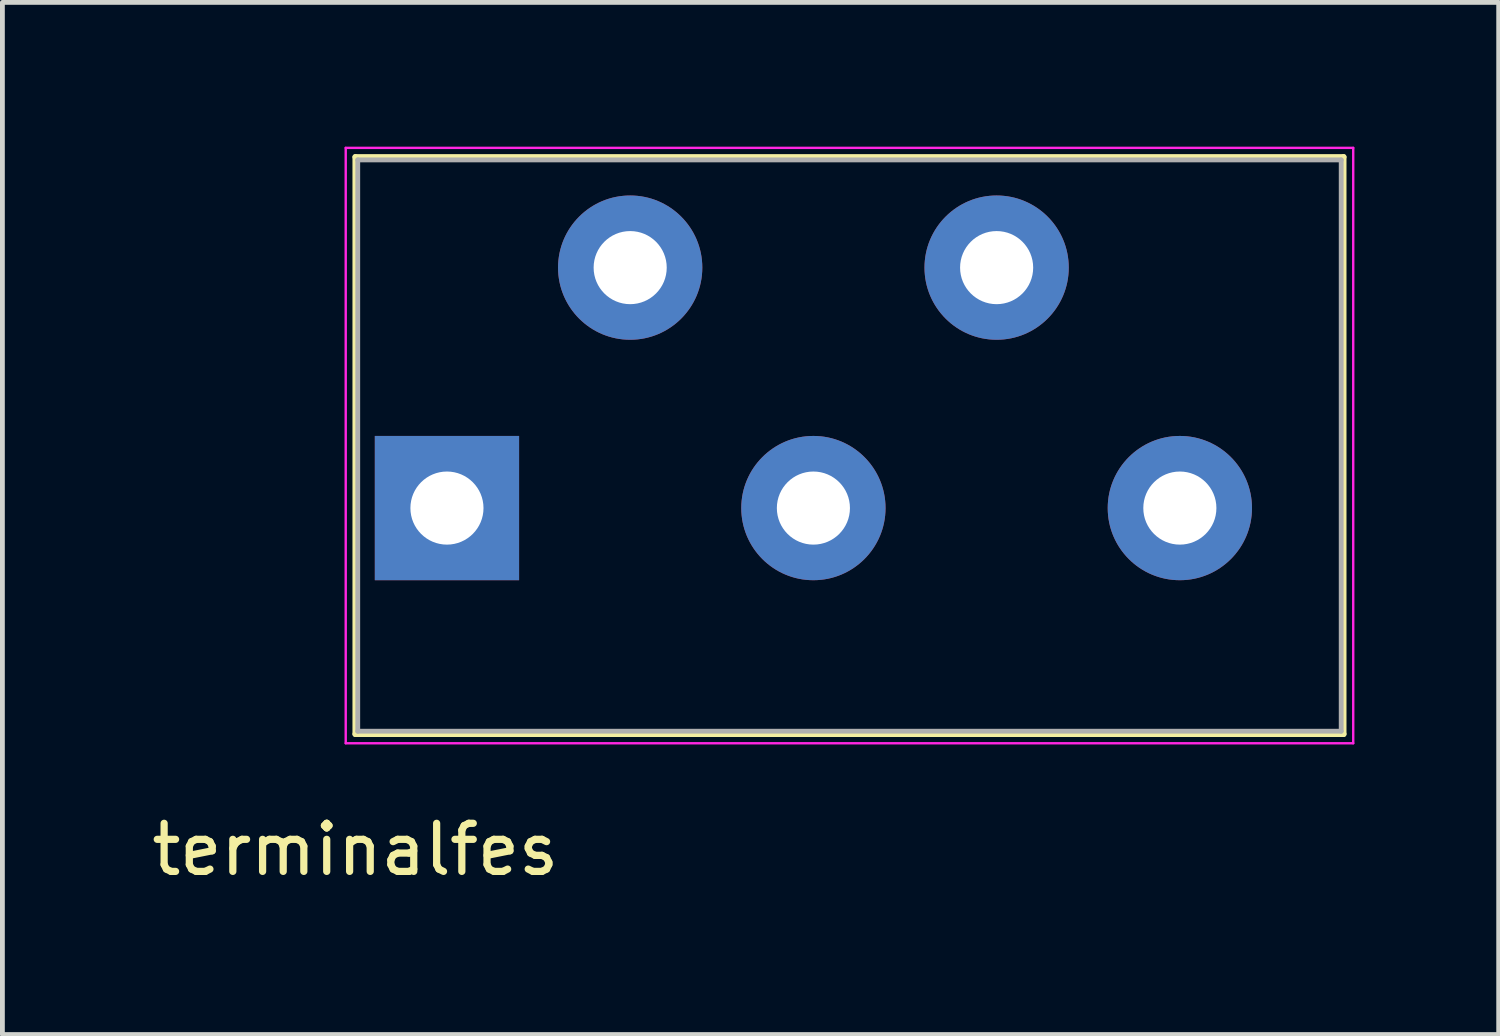
<source format=kicad_pcb>
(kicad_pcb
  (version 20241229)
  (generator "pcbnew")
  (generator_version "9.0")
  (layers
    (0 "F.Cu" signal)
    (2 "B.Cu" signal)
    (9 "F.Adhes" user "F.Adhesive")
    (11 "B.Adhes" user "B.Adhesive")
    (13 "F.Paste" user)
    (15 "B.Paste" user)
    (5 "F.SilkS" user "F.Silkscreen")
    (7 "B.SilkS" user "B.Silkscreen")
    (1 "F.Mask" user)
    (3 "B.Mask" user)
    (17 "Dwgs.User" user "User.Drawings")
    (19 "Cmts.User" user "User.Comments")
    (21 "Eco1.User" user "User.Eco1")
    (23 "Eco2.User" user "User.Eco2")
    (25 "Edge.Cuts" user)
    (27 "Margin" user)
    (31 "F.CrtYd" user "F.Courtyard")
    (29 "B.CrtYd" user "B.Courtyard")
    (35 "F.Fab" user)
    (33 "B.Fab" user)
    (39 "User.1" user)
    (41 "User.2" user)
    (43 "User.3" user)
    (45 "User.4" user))
  (footprint "terminalfes"
    (layer "F.Cu")
    (at 4.339 12.215)
    (property "Reference" "terminalfes" (at 0 2.4 0) (layer "F.SilkS") (effects (font (size 1 1) (thickness 0.15))))
    (attr through_hole)
    (fp_line (start 0 -12) (end 0 0) (stroke (width 0.12) (type solid)) (layer "F.SilkS"))
    (fp_line (start 0 -12) (end 20.55 -12) (stroke (width 0.12) (type solid)) (layer "F.SilkS"))
    (fp_line (start 0 0) (end 20.55 0) (stroke (width 0.12) (type solid)) (layer "F.SilkS"))
    (fp_line (start 20.55 -12) (end 20.55 0) (stroke (width 0.12) (type solid)) (layer "F.SilkS"))
    (fp_line (start -0.2 -12.19) (end -0.2 0.19) (stroke (width 0.05) (type solid)) (layer "F.CrtYd"))
    (fp_line (start -0.2 -12.19) (end 20.75 -12.19) (stroke (width 0.05) (type solid)) (layer "F.CrtYd"))
    (fp_line (start 20.75 0.19) (end -0.2 0.19) (stroke (width 0.05) (type solid)) (layer "F.CrtYd"))
    (fp_line (start 20.75 0.19) (end 20.75 -12.19) (stroke (width 0.05) (type solid)) (layer "F.CrtYd"))
    (fp_line (start 0.05 -11.94) (end 0.05 -0.06) (stroke (width 0.1) (type solid)) (layer "F.Fab"))
    (fp_line (start 0.05 -0.06) (end 20.5 -0.06) (stroke (width 0.1) (type solid)) (layer "F.Fab"))
    (fp_line (start 20.5 -11.94) (end 0.05 -11.94) (stroke (width 0.1) (type solid)) (layer "F.Fab"))
    (fp_line (start 20.5 -0.06) (end 20.5 -11.94) (stroke (width 0.1) (type solid)) (layer "F.Fab"))
    (pad "1" thru_hole rect (at 1.905 -4.7) (size 3 3) (drill 1.52) (layers "*.Cu" "*.Mask"))
    (pad "2" thru_hole circle (at 5.715 -9.7) (size 3 3) (drill 1.52) (layers "*.Cu" "*.Mask"))
    (pad "3" thru_hole circle (at 9.525 -4.7) (size 3 3) (drill 1.52) (layers "*.Cu" "*.Mask"))
    (pad "4" thru_hole circle (at 13.335 -9.7) (size 3 3) (drill 1.52) (layers "*.Cu" "*.Mask"))
    (pad "5" thru_hole circle (at 17.145 -4.7) (size 3 3) (drill 1.52) (layers "*.Cu" "*.Mask")))
  (gr_rect
    (start -3 -3)
    (end 28.114 18.463)
    (stroke (width 0.1) (type default))
    (fill no)
    (layer "Edge.Cuts")))
</source>
